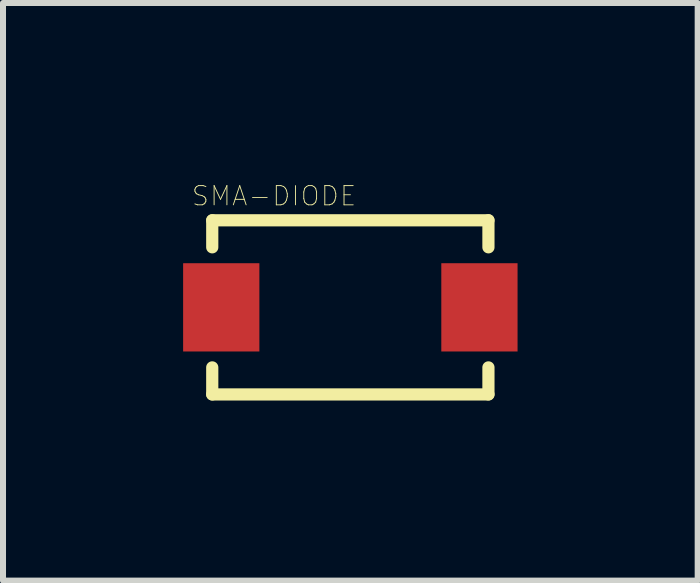
<source format=kicad_pcb>
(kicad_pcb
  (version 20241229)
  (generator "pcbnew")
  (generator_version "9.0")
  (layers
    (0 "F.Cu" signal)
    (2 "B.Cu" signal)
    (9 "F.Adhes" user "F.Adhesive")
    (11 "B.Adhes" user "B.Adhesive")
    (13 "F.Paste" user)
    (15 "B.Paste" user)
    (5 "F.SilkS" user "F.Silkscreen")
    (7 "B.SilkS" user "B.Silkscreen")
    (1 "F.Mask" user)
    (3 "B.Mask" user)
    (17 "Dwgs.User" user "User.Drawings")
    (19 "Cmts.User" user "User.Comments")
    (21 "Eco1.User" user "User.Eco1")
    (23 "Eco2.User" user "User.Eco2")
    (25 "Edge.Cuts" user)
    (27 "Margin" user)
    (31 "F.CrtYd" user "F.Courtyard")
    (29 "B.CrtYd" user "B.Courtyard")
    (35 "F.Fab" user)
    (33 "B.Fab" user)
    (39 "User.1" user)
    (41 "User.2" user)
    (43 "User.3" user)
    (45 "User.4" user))
  (footprint "SMA-DIODE"
    (layer "F.Cu")
    (at 2.785 2.069)
    (property "Reference" "SMA-DIODE" (at -1.271 -1.855 0) (layer "F.SilkS") (effects (font (size 0.32 0.32) (thickness 0.015))))
    (attr through_hole)
    (fp_line (start -2.3 -1.45) (end 2.3 -1.45) (stroke (width 0.203) (type solid)) (layer "F.SilkS"))
    (fp_line (start -2.3 -1) (end -2.3 -1.45) (stroke (width 0.203) (type solid)) (layer "F.SilkS"))
    (fp_line (start -2.3 1.45) (end -2.3 1) (stroke (width 0.203) (type solid)) (layer "F.SilkS"))
    (fp_line (start 2.3 -1.45) (end 2.3 -1) (stroke (width 0.203) (type solid)) (layer "F.SilkS"))
    (fp_line (start 2.3 1) (end 2.3 1.45) (stroke (width 0.203) (type solid)) (layer "F.SilkS"))
    (fp_line (start 2.3 1.45) (end -2.3 1.45) (stroke (width 0.203) (type solid)) (layer "F.SilkS"))
    (pad "A" smd rect (at -2.15 0) (size 1.27 1.47) (layers "F.Cu" "F.Mask" "F.Paste"))
    (pad "C" smd rect (at 2.15 0) (size 1.27 1.47) (layers "F.Cu" "F.Mask" "F.Paste")))
  (gr_rect
    (start -3 -3)
    (end 8.57 6.62)
    (stroke (width 0.1) (type default))
    (fill no)
    (layer "Edge.Cuts")))
</source>
